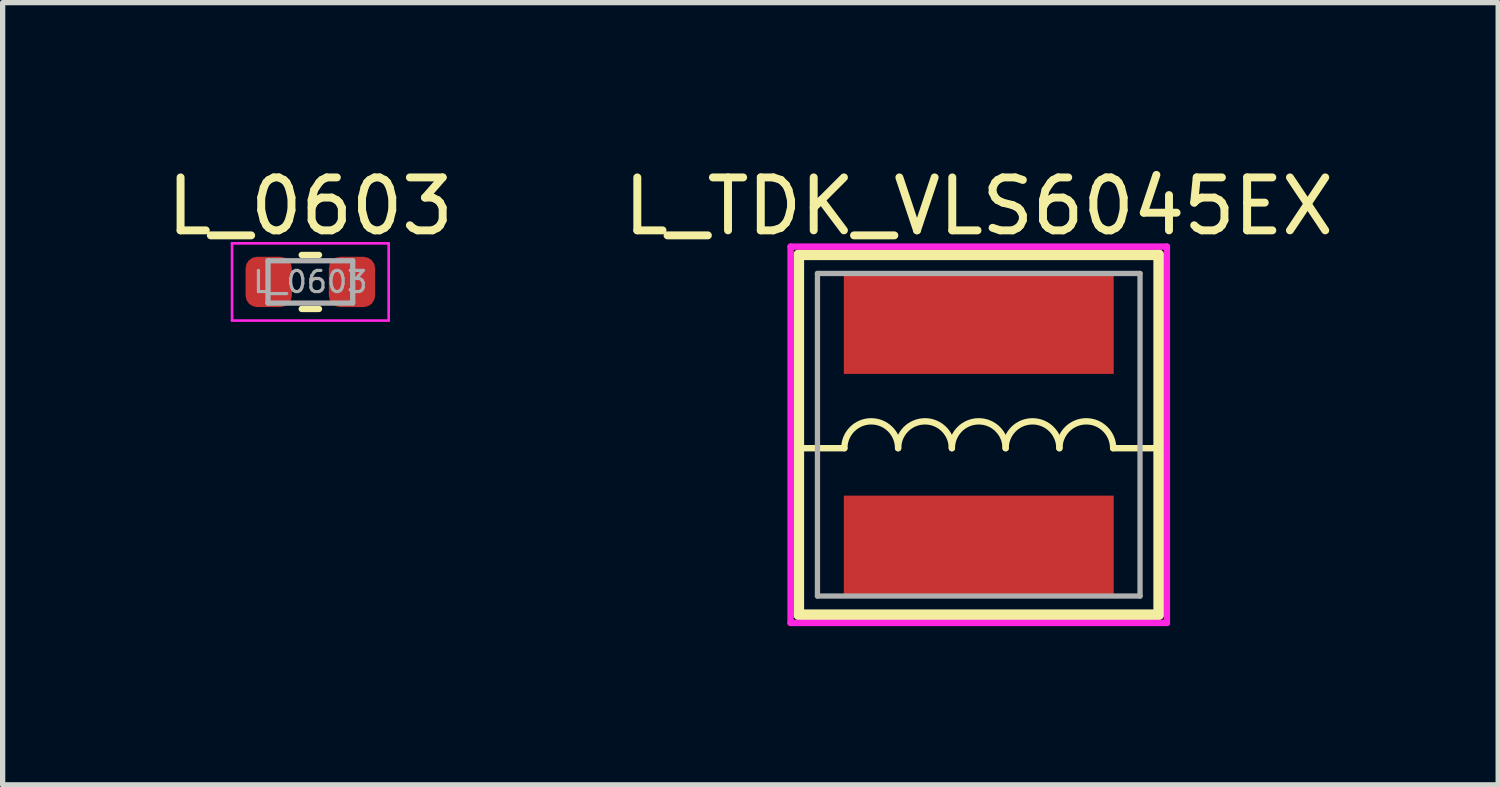
<source format=kicad_pcb>
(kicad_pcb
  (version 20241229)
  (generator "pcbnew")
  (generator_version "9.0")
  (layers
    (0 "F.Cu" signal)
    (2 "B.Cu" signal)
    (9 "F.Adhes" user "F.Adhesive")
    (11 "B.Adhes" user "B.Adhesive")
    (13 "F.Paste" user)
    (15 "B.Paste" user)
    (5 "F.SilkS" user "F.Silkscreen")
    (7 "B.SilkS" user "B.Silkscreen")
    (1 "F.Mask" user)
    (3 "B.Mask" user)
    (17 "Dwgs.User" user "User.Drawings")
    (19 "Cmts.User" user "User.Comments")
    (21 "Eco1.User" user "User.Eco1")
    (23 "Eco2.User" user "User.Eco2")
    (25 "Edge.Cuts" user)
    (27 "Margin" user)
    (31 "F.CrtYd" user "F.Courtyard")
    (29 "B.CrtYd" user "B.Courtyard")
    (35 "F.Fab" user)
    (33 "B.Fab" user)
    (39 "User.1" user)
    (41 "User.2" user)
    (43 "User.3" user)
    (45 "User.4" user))
  (footprint "L_TDK_VLS6045EX"
    (layer "F.Cu")
    (at 15.446 5.166)
    (property "Reference" "L_TDK_VLS6045EX" (at 0 -4.318 0) (layer "F.SilkS") (effects (font (size 1 1) (thickness 0.15))))
    (attr smd)
    (fp_line (start -3.4 -3.4) (end 3.4 -3.4) (stroke (width 0.2) (type solid)) (layer "F.SilkS"))
    (fp_line (start -3.4 3.4) (end -3.4 -3.4) (stroke (width 0.2) (type solid)) (layer "F.SilkS"))
    (fp_line (start -2.54 0.254) (end -3.302 0.254) (stroke (width 0.12) (type solid)) (layer "F.SilkS"))
    (fp_line (start 2.54 0.254) (end 3.302 0.254) (stroke (width 0.12) (type solid)) (layer "F.SilkS"))
    (fp_line (start 3.4 -3.4) (end 3.4 3.4) (stroke (width 0.2) (type solid)) (layer "F.SilkS"))
    (fp_line (start 3.4 3.4) (end -3.4 3.4) (stroke (width 0.2) (type solid)) (layer "F.SilkS"))
    (fp_arc (start -2.54 0.254) (mid -2.032 -0.254) (end -1.524 0.254) (stroke (width 0.12) (type solid)) (layer "F.SilkS"))
    (fp_arc (start -1.524 0.254) (mid -1.016 -0.254) (end -0.508 0.254) (stroke (width 0.12) (type solid)) (layer "F.SilkS"))
    (fp_arc (start -0.508 0.254) (mid 0 -0.254) (end 0.508 0.254) (stroke (width 0.12) (type solid)) (layer "F.SilkS"))
    (fp_arc (start 0.508 0.254) (mid 1.016 -0.254) (end 1.524 0.254) (stroke (width 0.12) (type solid)) (layer "F.SilkS"))
    (fp_arc (start 1.524 0.254) (mid 2.032 -0.254) (end 2.54 0.254) (stroke (width 0.12) (type solid)) (layer "F.SilkS"))
    (fp_line (start -3.556 -3.556) (end 3.556 -3.556) (stroke (width 0.12) (type solid)) (layer "F.CrtYd"))
    (fp_line (start -3.556 3.556) (end -3.556 -3.556) (stroke (width 0.12) (type solid)) (layer "F.CrtYd"))
    (fp_line (start 3.556 -3.556) (end 3.556 3.556) (stroke (width 0.12) (type solid)) (layer "F.CrtYd"))
    (fp_line (start 3.556 3.556) (end -3.556 3.556) (stroke (width 0.12) (type solid)) (layer "F.CrtYd"))
    (fp_line (start -3.048 -3.048) (end 3.048 -3.048) (stroke (width 0.1) (type solid)) (layer "F.Fab"))
    (fp_line (start -3.048 3.048) (end -3.048 -3.048) (stroke (width 0.1) (type solid)) (layer "F.Fab"))
    (fp_line (start 3.048 -3.048) (end 3.048 3.048) (stroke (width 0.1) (type solid)) (layer "F.Fab"))
    (fp_line (start 3.048 3.048) (end -3.048 3.048) (stroke (width 0.1) (type solid)) (layer "F.Fab"))
    (pad "1" smd rect (at 0 -2.1) (size 5.1 1.9) (layers "F.Cu" "F.Mask" "F.Paste"))
    (pad "2" smd rect (at 0 2.1) (size 5.1 1.9) (layers "F.Cu" "F.Mask" "F.Paste")))
  (footprint "L_0603"
    (layer "F.Cu")
    (at 2.815 2.278)
    (property "Reference" "L_0603" (at 0 -1.43 0) (layer "F.SilkS") (effects (font (size 1 1) (thickness 0.15))))
    (attr smd)
    (fp_line (start -0.163 -0.51) (end 0.163 -0.51) (stroke (width 0.12) (type solid)) (layer "F.SilkS"))
    (fp_line (start -0.163 0.51) (end 0.163 0.51) (stroke (width 0.12) (type solid)) (layer "F.SilkS"))
    (fp_line (start -1.48 -0.73) (end 1.48 -0.73) (stroke (width 0.05) (type solid)) (layer "F.CrtYd"))
    (fp_line (start -1.48 0.73) (end -1.48 -0.73) (stroke (width 0.05) (type solid)) (layer "F.CrtYd"))
    (fp_line (start 1.48 -0.73) (end 1.48 0.73) (stroke (width 0.05) (type solid)) (layer "F.CrtYd"))
    (fp_line (start 1.48 0.73) (end -1.48 0.73) (stroke (width 0.05) (type solid)) (layer "F.CrtYd"))
    (fp_line (start -0.8 -0.4) (end 0.8 -0.4) (stroke (width 0.1) (type solid)) (layer "F.Fab"))
    (fp_line (start -0.8 0.4) (end -0.8 -0.4) (stroke (width 0.1) (type solid)) (layer "F.Fab"))
    (fp_line (start 0.8 -0.4) (end 0.8 0.4) (stroke (width 0.1) (type solid)) (layer "F.Fab"))
    (fp_line (start 0.8 0.4) (end -0.8 0.4) (stroke (width 0.1) (type solid)) (layer "F.Fab"))
    (fp_text user "${REFERENCE}" (at 0 0 0) (layer "F.Fab") (effects (font (size 0.4 0.4) (thickness 0.06))))
    (pad "1" smd roundrect (at -0.787 0) (size 0.875 0.95) (layers "F.Cu" "F.Mask" "F.Paste") (roundrect_rratio 0.25))
    (pad "2" smd roundrect (at 0.787 0) (size 0.875 0.95) (layers "F.Cu" "F.Mask" "F.Paste") (roundrect_rratio 0.25)))
  (gr_rect
    (start -3 -3)
    (end 25.262 11.782)
    (stroke (width 0.1) (type default))
    (fill no)
    (layer "Edge.Cuts")))
</source>
